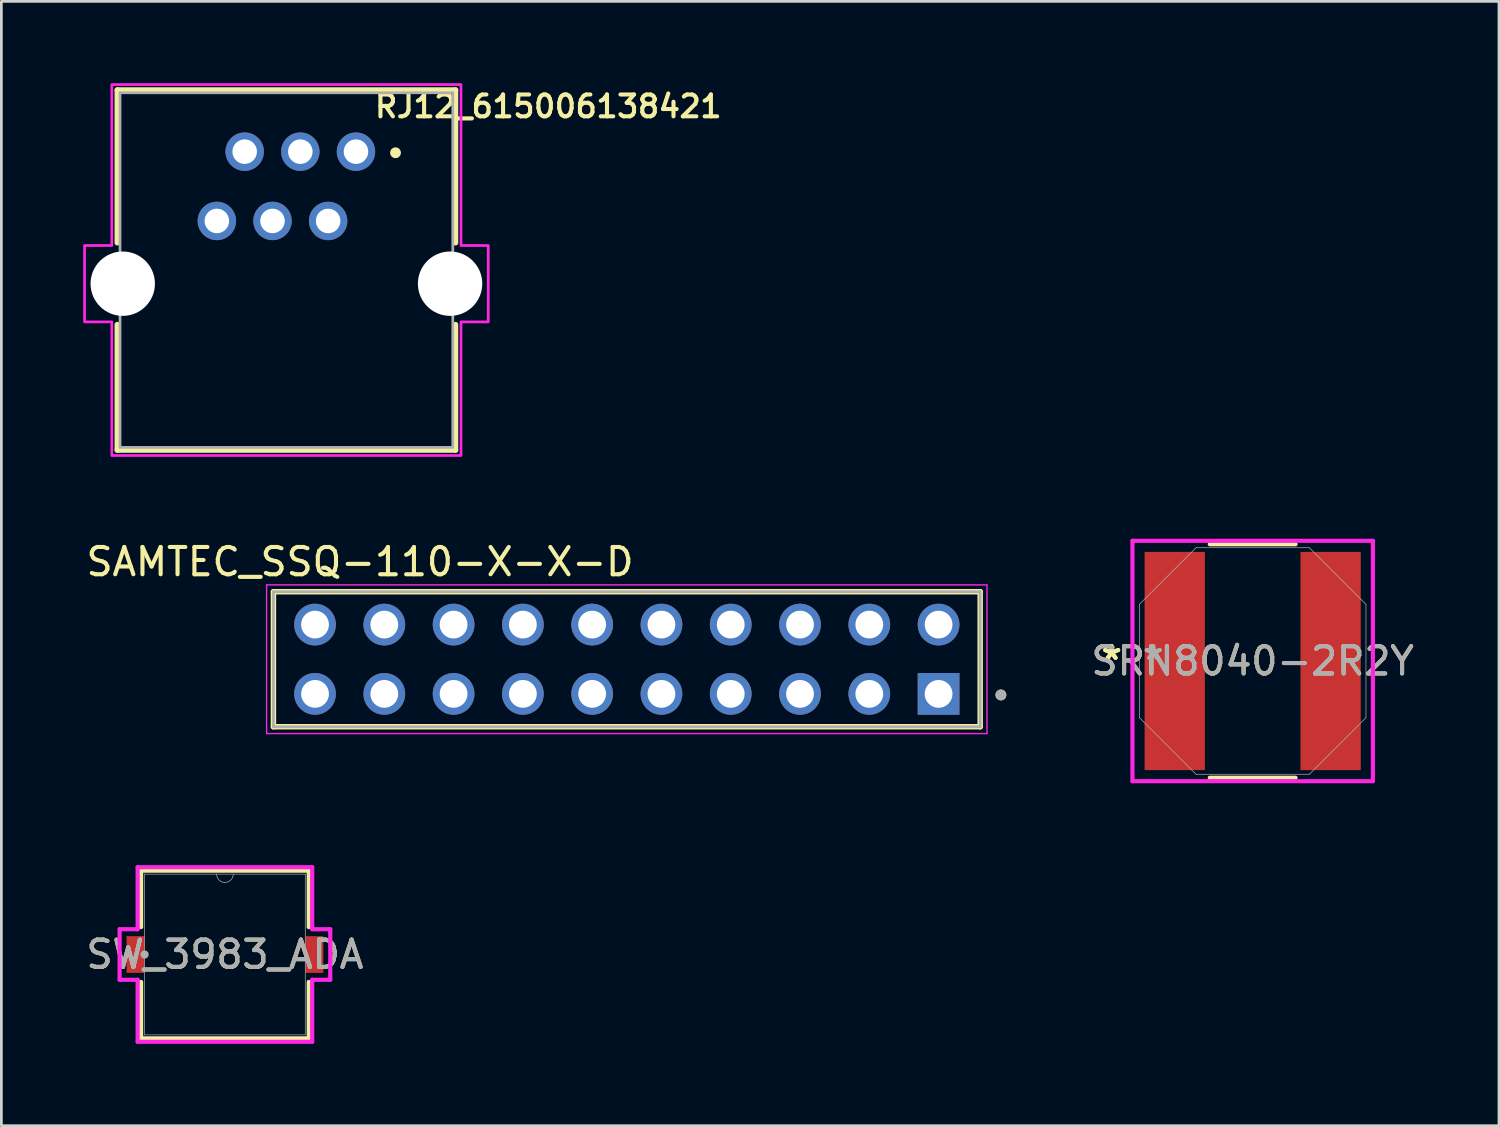
<source format=kicad_pcb>
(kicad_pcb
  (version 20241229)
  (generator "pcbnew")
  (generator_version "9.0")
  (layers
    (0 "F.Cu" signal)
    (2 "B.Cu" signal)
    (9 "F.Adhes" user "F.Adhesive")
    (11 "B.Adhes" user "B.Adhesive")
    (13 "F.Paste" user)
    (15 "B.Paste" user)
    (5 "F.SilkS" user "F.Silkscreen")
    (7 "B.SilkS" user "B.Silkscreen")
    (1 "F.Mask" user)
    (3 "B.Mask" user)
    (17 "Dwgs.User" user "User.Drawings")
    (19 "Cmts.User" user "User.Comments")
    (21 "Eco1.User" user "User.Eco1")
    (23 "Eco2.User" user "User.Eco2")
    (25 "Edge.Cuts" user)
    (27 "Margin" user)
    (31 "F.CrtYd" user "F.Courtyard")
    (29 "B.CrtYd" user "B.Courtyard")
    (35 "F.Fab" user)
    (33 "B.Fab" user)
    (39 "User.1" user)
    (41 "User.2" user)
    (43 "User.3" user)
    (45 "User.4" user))
  (footprint "SAMTEC_SSQ-110-X-X-D"
    (layer "F.Cu")
    (at 19.929 21.118)
    (property "Reference" "SAMTEC_SSQ-110-X-X-D" (at -9.78 -3.57 0) (layer "F.SilkS") (effects (font (size 1 1) (thickness 0.15))))
    (attr through_hole)
    (fp_line (start -12.955 -2.475) (end -12.955 2.475) (stroke (width 0.2) (type solid)) (layer "F.SilkS"))
    (fp_line (start -12.955 2.475) (end 12.955 2.475) (stroke (width 0.2) (type solid)) (layer "F.SilkS"))
    (fp_line (start 12.955 -2.475) (end -12.955 -2.475) (stroke (width 0.2) (type solid)) (layer "F.SilkS"))
    (fp_line (start 12.955 2.475) (end 12.955 -2.475) (stroke (width 0.2) (type solid)) (layer "F.SilkS"))
    (fp_circle (center 13.715 1.31) (end 13.815 1.31) (stroke (width 0.2) (type solid)) (fill no) (layer "F.SilkS"))
    (fp_line (start -13.205 -2.725) (end -13.205 2.725) (stroke (width 0.05) (type solid)) (layer "F.CrtYd"))
    (fp_line (start -13.205 2.725) (end 13.205 2.725) (stroke (width 0.05) (type solid)) (layer "F.CrtYd"))
    (fp_line (start 13.205 -2.725) (end -13.205 -2.725) (stroke (width 0.05) (type solid)) (layer "F.CrtYd"))
    (fp_line (start 13.205 2.725) (end 13.205 -2.725) (stroke (width 0.05) (type solid)) (layer "F.CrtYd"))
    (fp_line (start -12.955 -2.475) (end -12.955 2.475) (stroke (width 0.1) (type solid)) (layer "F.Fab"))
    (fp_line (start -12.955 -2.475) (end 12.955 -2.475) (stroke (width 0.1) (type solid)) (layer "F.Fab"))
    (fp_line (start -12.955 2.475) (end 12.955 2.475) (stroke (width 0.1) (type solid)) (layer "F.Fab"))
    (fp_line (start 12.955 2.475) (end 12.955 -2.475) (stroke (width 0.1) (type solid)) (layer "F.Fab"))
    (fp_circle (center 13.715 1.31) (end 13.815 1.31) (stroke (width 0.2) (type solid)) (fill no) (layer "F.Fab"))
    (pad "01" thru_hole rect (at 11.43 1.27) (size 1.53 1.53) (drill 1.02) (layers "*.Cu" "*.Mask"))
    (pad "02" thru_hole circle (at 11.43 -1.27) (size 1.53 1.53) (drill 1.02) (layers "*.Cu" "*.Mask"))
    (pad "03" thru_hole circle (at 8.89 1.27) (size 1.53 1.53) (drill 1.02) (layers "*.Cu" "*.Mask"))
    (pad "04" thru_hole circle (at 8.89 -1.27) (size 1.53 1.53) (drill 1.02) (layers "*.Cu" "*.Mask"))
    (pad "05" thru_hole circle (at 6.35 1.27) (size 1.53 1.53) (drill 1.02) (layers "*.Cu" "*.Mask"))
    (pad "06" thru_hole circle (at 6.35 -1.27) (size 1.53 1.53) (drill 1.02) (layers "*.Cu" "*.Mask"))
    (pad "07" thru_hole circle (at 3.81 1.27) (size 1.53 1.53) (drill 1.02) (layers "*.Cu" "*.Mask"))
    (pad "08" thru_hole circle (at 3.81 -1.27) (size 1.53 1.53) (drill 1.02) (layers "*.Cu" "*.Mask"))
    (pad "09" thru_hole circle (at 1.27 1.27) (size 1.53 1.53) (drill 1.02) (layers "*.Cu" "*.Mask"))
    (pad "10" thru_hole circle (at 1.27 -1.27) (size 1.53 1.53) (drill 1.02) (layers "*.Cu" "*.Mask"))
    (pad "11" thru_hole circle (at -1.27 1.27) (size 1.53 1.53) (drill 1.02) (layers "*.Cu" "*.Mask"))
    (pad "12" thru_hole circle (at -1.27 -1.27) (size 1.53 1.53) (drill 1.02) (layers "*.Cu" "*.Mask"))
    (pad "13" thru_hole circle (at -3.81 1.27) (size 1.53 1.53) (drill 1.02) (layers "*.Cu" "*.Mask"))
    (pad "14" thru_hole circle (at -3.81 -1.27) (size 1.53 1.53) (drill 1.02) (layers "*.Cu" "*.Mask"))
    (pad "15" thru_hole circle (at -6.35 1.27) (size 1.53 1.53) (drill 1.02) (layers "*.Cu" "*.Mask"))
    (pad "16" thru_hole circle (at -6.35 -1.27) (size 1.53 1.53) (drill 1.02) (layers "*.Cu" "*.Mask"))
    (pad "17" thru_hole circle (at -8.89 1.27) (size 1.53 1.53) (drill 1.02) (layers "*.Cu" "*.Mask"))
    (pad "18" thru_hole circle (at -8.89 -1.27) (size 1.53 1.53) (drill 1.02) (layers "*.Cu" "*.Mask"))
    (pad "19" thru_hole circle (at -11.43 1.27) (size 1.53 1.53) (drill 1.02) (layers "*.Cu" "*.Mask"))
    (pad "20" thru_hole circle (at -11.43 -1.27) (size 1.53 1.53) (drill 1.02) (layers "*.Cu" "*.Mask")))
  (footprint "RJ12_615006138421"
    (layer "F.Cu")
    (at 7.45 6.85)
    (property "Reference" "RJ12_615006138421" (at 9.6 -5.998 0) (layer "F.SilkS") (effects (font (size 0.8 0.8) (thickness 0.15))))
    (attr through_hole)
    (fp_line (start -6.2 -6.6) (end 6.2 -6.6) (stroke (width 0.2) (type solid)) (layer "F.SilkS"))
    (fp_line (start -6.2 -1) (end -6.2 -6.6) (stroke (width 0.2) (type solid)) (layer "F.SilkS"))
    (fp_line (start -6.2 2) (end -6.2 6.6) (stroke (width 0.2) (type solid)) (layer "F.SilkS"))
    (fp_line (start -6.2 6.6) (end 6.2 6.6) (stroke (width 0.2) (type solid)) (layer "F.SilkS"))
    (fp_line (start 6.2 -6.6) (end 6.2 -1) (stroke (width 0.2) (type solid)) (layer "F.SilkS"))
    (fp_line (start 6.2 6.6) (end 6.2 2) (stroke (width 0.2) (type solid)) (layer "F.SilkS"))
    (fp_circle (center 4 -4.3) (end 4.1 -4.3) (stroke (width 0.2) (type solid)) (fill no) (layer "F.SilkS"))
    (fp_poly (pts (xy 6.4 -6.8) (xy 6.4 -0.9) (xy 7.4 -0.9) (xy 7.4 1.9) (xy 6.4 1.9) (xy 6.4 6.8) (xy -6.4 6.8) (xy -6.4 1.9) (xy -7.4 1.9) (xy -7.4 -0.9) (xy -6.4 -0.9) (xy -6.4 -6.8)) (stroke (width 0.1) (type solid)) (fill no) (layer "F.CrtYd"))
    (fp_line (start -6.1 -6.5) (end 6.1 -6.5) (stroke (width 0.1) (type solid)) (layer "F.Fab"))
    (fp_line (start -6.1 6.5) (end -6.1 -6.5) (stroke (width 0.1) (type solid)) (layer "F.Fab"))
    (fp_line (start 6.1 -6.5) (end 6.1 6.5) (stroke (width 0.1) (type solid)) (layer "F.Fab"))
    (fp_line (start 6.1 6.5) (end -6.1 6.5) (stroke (width 0.1) (type solid)) (layer "F.Fab"))
    (pad "" np_thru_hole circle (at -6 0.5) (size 2.36 2.36) (drill 2.36) (layers "*.Cu" "*.Mask"))
    (pad "" np_thru_hole circle (at 6 0.5) (size 2.36 2.36) (drill 2.36) (layers "*.Cu" "*.Mask"))
    (pad "1" thru_hole circle (at 2.55 -4.34) (size 1.408 1.408) (drill 0.9) (layers "*.Cu" "*.Mask"))
    (pad "2" thru_hole circle (at 1.53 -1.8) (size 1.408 1.408) (drill 0.9) (layers "*.Cu" "*.Mask"))
    (pad "3" thru_hole circle (at 0.51 -4.34) (size 1.408 1.408) (drill 0.9) (layers "*.Cu" "*.Mask"))
    (pad "4" thru_hole circle (at -0.51 -1.8) (size 1.408 1.408) (drill 0.9) (layers "*.Cu" "*.Mask"))
    (pad "5" thru_hole circle (at -1.53 -4.34) (size 1.408 1.408) (drill 0.9) (layers "*.Cu" "*.Mask"))
    (pad "6" thru_hole circle (at -2.55 -1.8) (size 1.408 1.408) (drill 0.9) (layers "*.Cu" "*.Mask")))
  (footprint "SRN8040-2R2Y"
    (layer "F.Cu")
    (at 42.874 21.183)
    (property "Reference" "SRN8040-2R2Y" (at 0 0 0) (unlocked yes) (layer "F.SilkS") (effects (font (size 1 1) (thickness 0.15))))
    (attr smd)
    (fp_line (start -1.572 4.28) (end 1.572 4.28) (stroke (width 0.152) (type solid)) (layer "F.SilkS"))
    (fp_line (start 1.572 -4.28) (end -1.572 -4.28) (stroke (width 0.152) (type solid)) (layer "F.SilkS"))
    (fp_line (start -4.407 -4.407) (end 4.407 -4.407) (stroke (width 0.152) (type solid)) (layer "F.CrtYd"))
    (fp_line (start -4.407 4.407) (end -4.407 -4.407) (stroke (width 0.152) (type solid)) (layer "F.CrtYd"))
    (fp_line (start 4.407 -4.407) (end 4.407 4.407) (stroke (width 0.152) (type solid)) (layer "F.CrtYd"))
    (fp_line (start 4.407 4.407) (end -4.407 4.407) (stroke (width 0.152) (type solid)) (layer "F.CrtYd"))
    (fp_line (start -4.153 -2.076) (end -4.153 2.076) (stroke (width 0.025) (type solid)) (layer "F.Fab"))
    (fp_line (start -4.153 2.076) (end -2.076 4.153) (stroke (width 0.025) (type solid)) (layer "F.Fab"))
    (fp_line (start -2.076 -4.153) (end -4.153 -2.076) (stroke (width 0.025) (type solid)) (layer "F.Fab"))
    (fp_line (start -2.076 4.153) (end 2.076 4.153) (stroke (width 0.025) (type solid)) (layer "F.Fab"))
    (fp_line (start 2.076 -4.153) (end -2.076 -4.153) (stroke (width 0.025) (type solid)) (layer "F.Fab"))
    (fp_line (start 2.076 4.153) (end 4.153 2.076) (stroke (width 0.025) (type solid)) (layer "F.Fab"))
    (fp_line (start 4.153 -2.076) (end 2.076 -4.153) (stroke (width 0.025) (type solid)) (layer "F.Fab"))
    (fp_line (start 4.153 2.076) (end 4.153 -2.076) (stroke (width 0.025) (type solid)) (layer "F.Fab"))
    (fp_text user "*" (at -5.169 0 0) (layer "F.SilkS") (effects (font (size 1 1) (thickness 0.15))))
    (fp_text user "*" (at -5.169 0 0) (unlocked yes) (layer "F.SilkS") (effects (font (size 1 1) (thickness 0.15))))
    (fp_text user "*" (at -3.645 0 0) (layer "F.Fab") (effects (font (size 1 1) (thickness 0.15))))
    (fp_text user "*" (at -3.645 0 0) (unlocked yes) (layer "F.Fab") (effects (font (size 1 1) (thickness 0.15))))
    (fp_text user "${REFERENCE}" (at 0 0 0) (unlocked yes) (layer "F.Fab") (effects (font (size 1 1) (thickness 0.15))))
    (pad "1" smd rect (at -2.857 0) (size 2.21 8.001) (layers "F.Cu" "F.Mask" "F.Paste"))
    (pad "2" smd rect (at 2.857 0) (size 2.21 8.001) (layers "F.Cu" "F.Mask" "F.Paste")))
  (footprint "SW_3983_ADA"
    (layer "F.Cu")
    (at 5.196 31.943)
    (property "Reference" "SW_3983_ADA" (at 0 0 0) (unlocked yes) (layer "F.SilkS") (effects (font (size 1 1) (thickness 0.15))))
    (attr smd)
    (fp_line (start -3.073 -3.073) (end -3.073 -1.006) (stroke (width 0.152) (type solid)) (layer "F.SilkS"))
    (fp_line (start -3.073 1.006) (end -3.073 3.073) (stroke (width 0.152) (type solid)) (layer "F.SilkS"))
    (fp_line (start -3.073 3.073) (end 3.073 3.073) (stroke (width 0.152) (type solid)) (layer "F.SilkS"))
    (fp_line (start 3.073 -3.073) (end -3.073 -3.073) (stroke (width 0.152) (type solid)) (layer "F.SilkS"))
    (fp_line (start 3.073 -1.006) (end 3.073 -3.073) (stroke (width 0.152) (type solid)) (layer "F.SilkS"))
    (fp_line (start 3.073 3.073) (end 3.073 1.006) (stroke (width 0.152) (type solid)) (layer "F.SilkS"))
    (fp_line (start -3.861 -0.927) (end -3.2 -0.927) (stroke (width 0.152) (type solid)) (layer "F.CrtYd"))
    (fp_line (start -3.861 0.927) (end -3.861 -0.927) (stroke (width 0.152) (type solid)) (layer "F.CrtYd"))
    (fp_line (start -3.861 0.927) (end -3.2 0.927) (stroke (width 0.152) (type solid)) (layer "F.CrtYd"))
    (fp_line (start -3.2 -3.2) (end 3.2 -3.2) (stroke (width 0.152) (type solid)) (layer "F.CrtYd"))
    (fp_line (start -3.2 -0.927) (end -3.2 -3.2) (stroke (width 0.152) (type solid)) (layer "F.CrtYd"))
    (fp_line (start -3.2 3.2) (end -3.2 0.927) (stroke (width 0.152) (type solid)) (layer "F.CrtYd"))
    (fp_line (start 3.2 -3.2) (end 3.2 -0.927) (stroke (width 0.152) (type solid)) (layer "F.CrtYd"))
    (fp_line (start 3.2 0.927) (end 3.2 3.2) (stroke (width 0.152) (type solid)) (layer "F.CrtYd"))
    (fp_line (start 3.2 3.2) (end -3.2 3.2) (stroke (width 0.152) (type solid)) (layer "F.CrtYd"))
    (fp_line (start 3.861 -0.927) (end 3.2 -0.927) (stroke (width 0.152) (type solid)) (layer "F.CrtYd"))
    (fp_line (start 3.861 -0.927) (end 3.861 0.927) (stroke (width 0.152) (type solid)) (layer "F.CrtYd"))
    (fp_line (start 3.861 0.927) (end 3.2 0.927) (stroke (width 0.152) (type solid)) (layer "F.CrtYd"))
    (fp_line (start -2.946 -2.946) (end -2.946 2.946) (stroke (width 0.025) (type solid)) (layer "F.Fab"))
    (fp_line (start -2.946 2.946) (end 2.946 2.946) (stroke (width 0.025) (type solid)) (layer "F.Fab"))
    (fp_line (start 2.946 -2.946) (end -2.946 -2.946) (stroke (width 0.025) (type solid)) (layer "F.Fab"))
    (fp_line (start 2.946 2.946) (end 2.946 -2.946) (stroke (width 0.025) (type solid)) (layer "F.Fab"))
    (fp_arc (start 0.3048 -2.9464) (mid 0 -2.6416) (end -0.3048 -2.9464) (stroke (width 0.0254) (type solid)) (layer "F.Fab"))
    (fp_circle (center -2.946 0) (end -2.946 0) (stroke (width 0.152) (type solid)) (fill no) (layer "F.Fab"))
    (fp_text user "${REFERENCE}" (at 0 0 0) (unlocked yes) (layer "F.Fab") (effects (font (size 1 1) (thickness 0.15))))
    (pad "1" smd rect (at -3.277 0) (size 0.66 1.346) (layers "F.Cu" "F.Mask" "F.Paste"))
    (pad "2" smd rect (at 3.277 0) (size 0.66 1.346) (layers "F.Cu" "F.Mask" "F.Paste")))
  (gr_rect
    (start -3 -3)
    (end 51.903 38.219)
    (stroke (width 0.1) (type default))
    (fill no)
    (layer "Edge.Cuts")))
</source>
